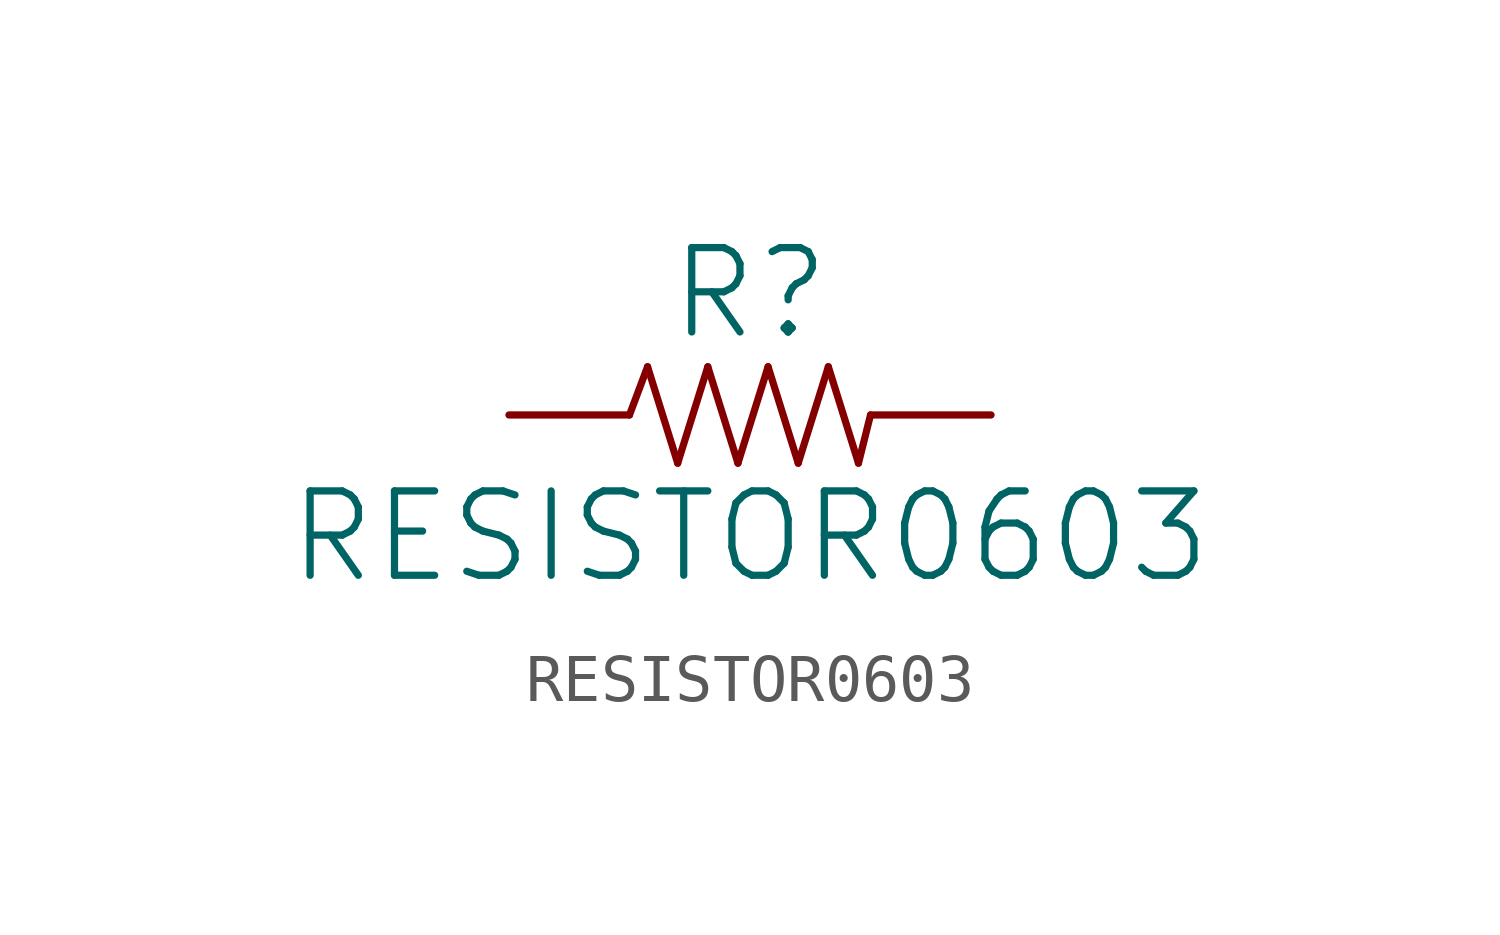
<source format=kicad_sym>
(kicad_symbol_lib
  (version 20211014)
  (generator kicad_symbol_editor)
  (symbol "RESISTOR0603"
    (property "Reference" "R"
      (at 0 1.524 0)
      (effects (font (size 1.778 1.778)) (justify bottom)))
    (property "Value" "RESISTOR0603"
      (at 0 -1.524 0)
      (effects (font (size 1.778 1.778)) (justify top)))
    (property "ki_locked" ""
      (at 0 0 0)
      (effects (font (size 1.27 1.27))))
    (symbol "RESISTOR0603_1_0"
      (polyline (pts (xy -2.54 0) (xy -2.159 1.016)) (stroke (width 0.152) (type default) (color 0 0 0 0)) (fill (type none)))
      (polyline (pts (xy -2.159 1.016) (xy -1.524 -1.016)) (stroke (width 0.152) (type default) (color 0 0 0 0)) (fill (type none)))
      (polyline (pts (xy -1.524 -1.016) (xy -0.889 1.016)) (stroke (width 0.152) (type default) (color 0 0 0 0)) (fill (type none)))
      (polyline (pts (xy -0.889 1.016) (xy -0.254 -1.016)) (stroke (width 0.152) (type default) (color 0 0 0 0)) (fill (type none)))
      (polyline (pts (xy -0.254 -1.016) (xy 0.381 1.016)) (stroke (width 0.152) (type default) (color 0 0 0 0)) (fill (type none)))
      (polyline (pts (xy 0.381 1.016) (xy 1.016 -1.016)) (stroke (width 0.152) (type default) (color 0 0 0 0)) (fill (type none)))
      (polyline (pts (xy 1.016 -1.016) (xy 1.651 1.016)) (stroke (width 0.152) (type default) (color 0 0 0 0)) (fill (type none)))
      (polyline (pts (xy 1.651 1.016) (xy 2.286 -1.016)) (stroke (width 0.152) (type default) (color 0 0 0 0)) (fill (type none)))
      (polyline (pts (xy 2.286 -1.016) (xy 2.54 0)) (stroke (width 0.152) (type default) (color 0 0 0 0)) (fill (type none)))
      (pin passive line (at -5.08 0 0) (length 2.54) (name "1" (effects (font (size 0 0)))) (number "1" (effects (font (size 0 0)))))
      (pin passive line (at 5.08 0 180) (length 2.54) (name "2" (effects (font (size 0 0)))) (number "2" (effects (font (size 0 0))))))))
</source>
